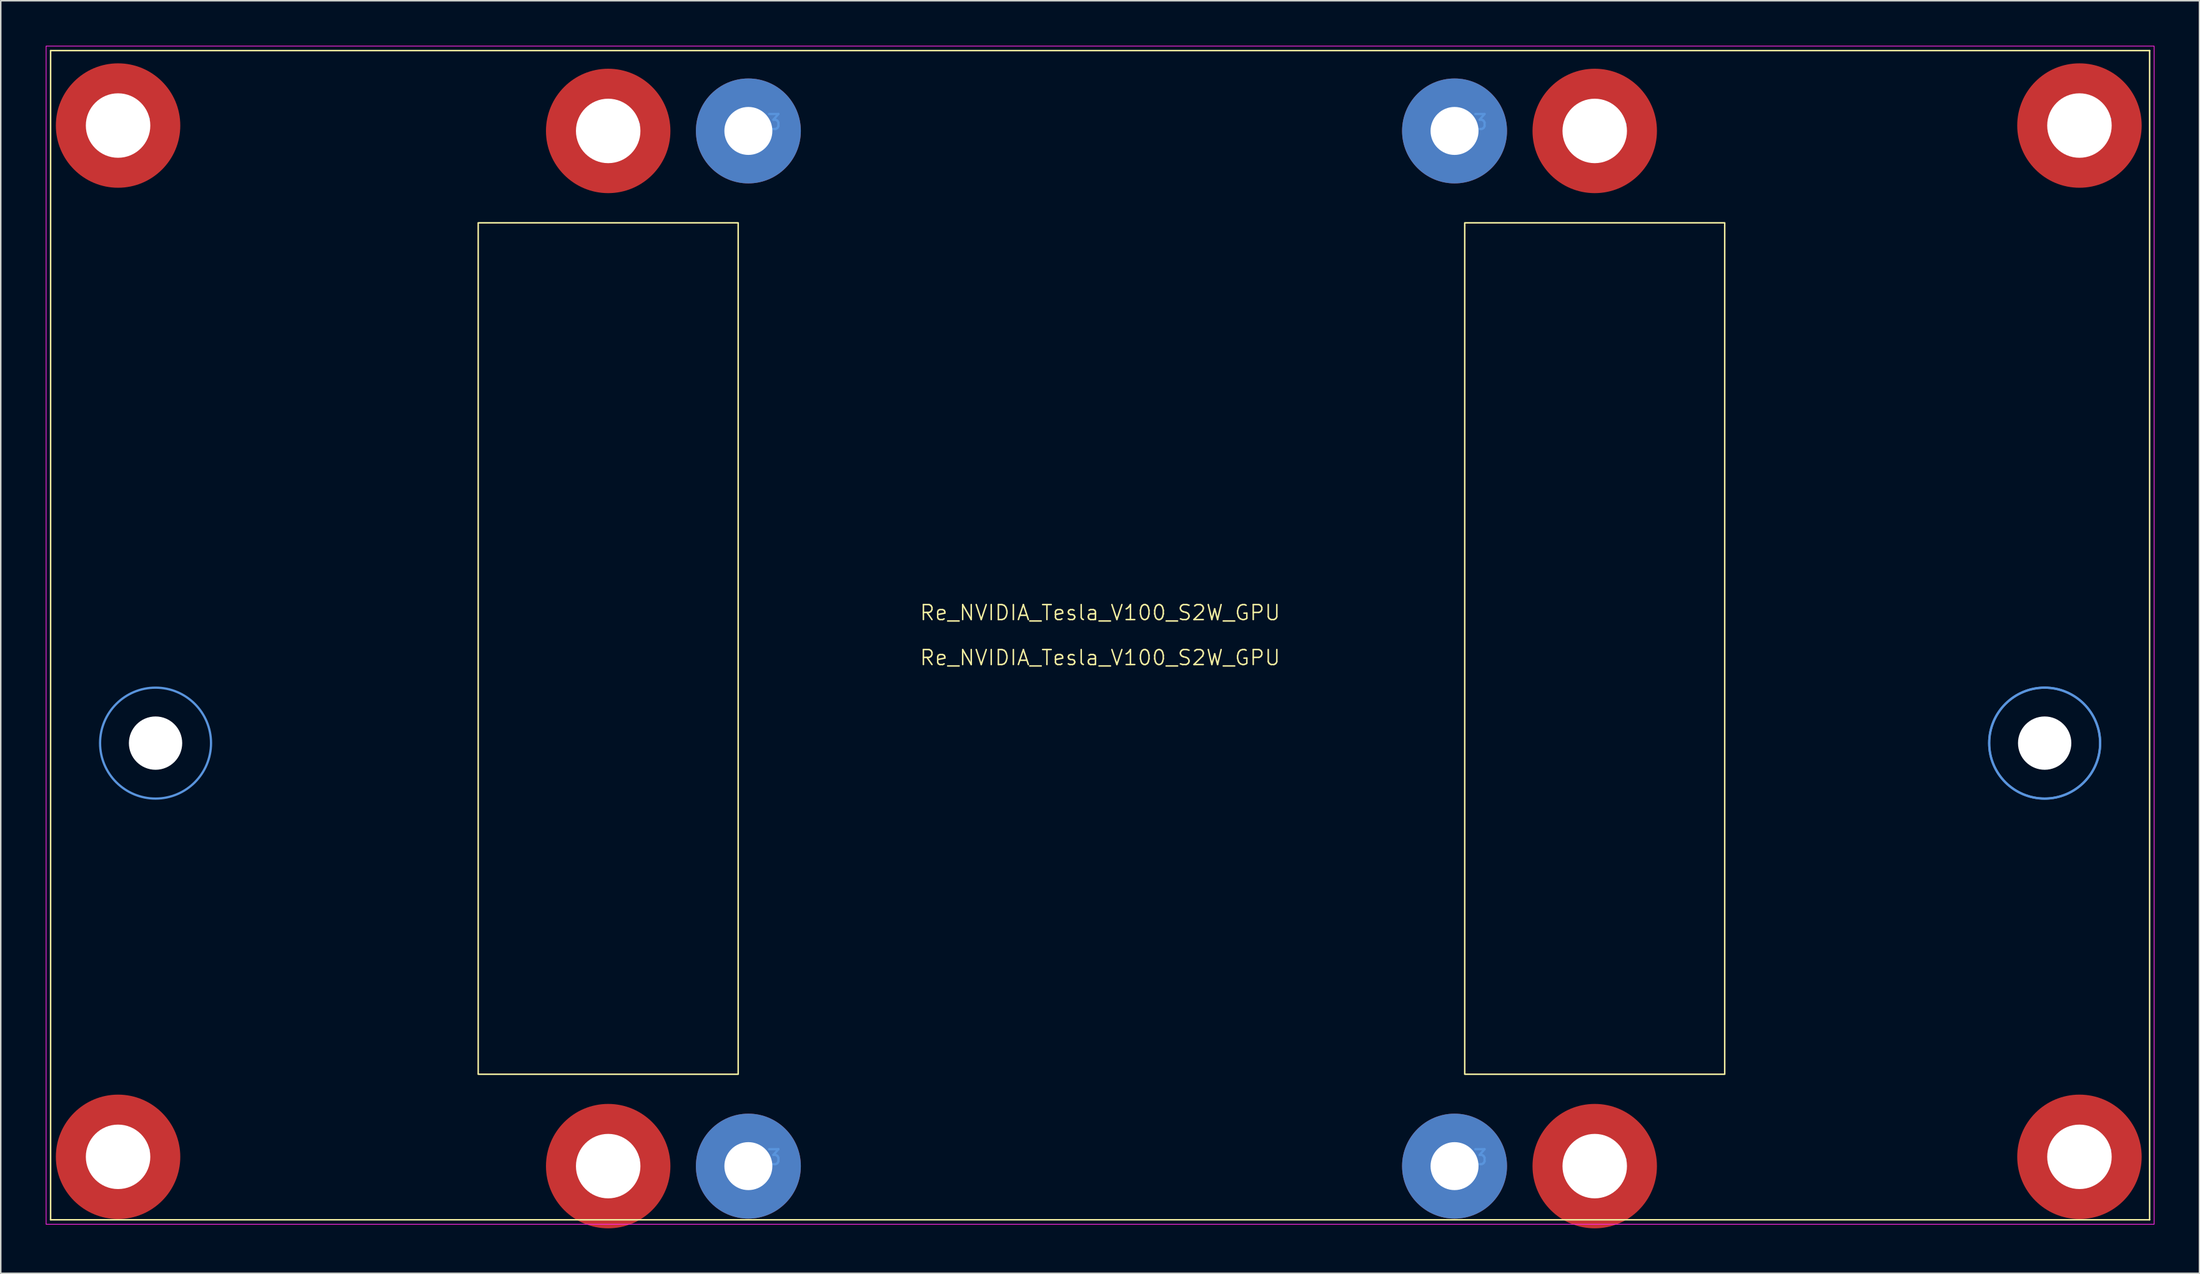
<source format=kicad_pcb>
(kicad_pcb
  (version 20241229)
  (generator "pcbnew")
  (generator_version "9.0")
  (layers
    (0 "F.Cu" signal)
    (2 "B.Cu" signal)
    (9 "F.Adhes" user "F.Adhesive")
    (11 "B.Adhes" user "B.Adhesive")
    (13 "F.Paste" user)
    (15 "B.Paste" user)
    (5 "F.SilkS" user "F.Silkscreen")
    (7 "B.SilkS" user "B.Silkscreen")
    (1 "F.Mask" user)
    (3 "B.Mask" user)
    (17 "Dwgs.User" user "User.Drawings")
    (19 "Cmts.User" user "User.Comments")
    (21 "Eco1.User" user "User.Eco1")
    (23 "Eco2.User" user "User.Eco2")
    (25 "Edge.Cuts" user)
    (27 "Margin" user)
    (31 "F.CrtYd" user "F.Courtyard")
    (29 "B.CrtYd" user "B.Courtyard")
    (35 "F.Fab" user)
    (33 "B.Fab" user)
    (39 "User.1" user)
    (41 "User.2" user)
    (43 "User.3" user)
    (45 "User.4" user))
  (footprint "Re_NVIDIA_Tesla_V100_S2W_GPU"
    (layer "F.Cu")
    (at 0.325 0.325)
    (property "Reference" "Re_NVIDIA_Tesla_V100_S2W_GPU" (at 70 37.5 0) (unlocked yes) (layer "F.SilkS") (effects (font (size 1 1) (thickness 0.1))))
    (attr board_only exclude_from_bom dnp)
    (fp_line (start 0 0) (end 0 78) (stroke (width 0.1) (type solid)) (layer "F.SilkS"))
    (fp_line (start 0 0) (end 140 0) (stroke (width 0.1) (type solid)) (layer "F.SilkS"))
    (fp_line (start 0 78) (end 140 78) (stroke (width 0.1) (type solid)) (layer "F.SilkS"))
    (fp_line (start 140 0) (end 140 78) (stroke (width 0.1) (type solid)) (layer "F.SilkS"))
    (fp_rect (start 28.52 11.49) (end 45.86 68.29) (stroke (width 0.1) (type solid)) (fill no) (layer "F.SilkS"))
    (fp_rect (start 94.32 11.49) (end 111.66 68.29) (stroke (width 0.1) (type solid)) (fill no) (layer "F.SilkS"))
    (fp_line (start 3.5 4) (end 5.5 6) (stroke (width 0.1) (type default)) (layer "Dwgs.User"))
    (fp_line (start 3.5 72.8) (end 5.5 74.8) (stroke (width 0.1) (type default)) (layer "Dwgs.User"))
    (fp_line (start 5.5 4) (end 3.5 6) (stroke (width 0.1) (type default)) (layer "Dwgs.User"))
    (fp_line (start 5.5 72.8) (end 3.5 74.8) (stroke (width 0.1) (type default)) (layer "Dwgs.User"))
    (fp_line (start 36.19 4.36) (end 38.19 6.36) (stroke (width 0.1) (type default)) (layer "Dwgs.User"))
    (fp_line (start 36.19 73.42) (end 38.19 75.42) (stroke (width 0.1) (type default)) (layer "Dwgs.User"))
    (fp_line (start 38.19 4.36) (end 36.19 6.36) (stroke (width 0.1) (type default)) (layer "Dwgs.User"))
    (fp_line (start 38.19 73.42) (end 36.19 75.42) (stroke (width 0.1) (type default)) (layer "Dwgs.User"))
    (fp_line (start 45.54 4.36) (end 47.54 6.36) (stroke (width 0.1) (type default)) (layer "Dwgs.User"))
    (fp_line (start 45.54 73.42) (end 47.54 75.42) (stroke (width 0.1) (type default)) (layer "Dwgs.User"))
    (fp_line (start 47.54 4.36) (end 45.54 6.36) (stroke (width 0.1) (type default)) (layer "Dwgs.User"))
    (fp_line (start 47.54 73.42) (end 45.54 75.42) (stroke (width 0.1) (type default)) (layer "Dwgs.User"))
    (fp_line (start 92.64 4.36) (end 94.64 6.36) (stroke (width 0.1) (type default)) (layer "Dwgs.User"))
    (fp_line (start 92.64 73.42) (end 94.64 75.42) (stroke (width 0.1) (type default)) (layer "Dwgs.User"))
    (fp_line (start 94.64 4.36) (end 92.64 6.36) (stroke (width 0.1) (type default)) (layer "Dwgs.User"))
    (fp_line (start 94.64 73.42) (end 92.64 75.42) (stroke (width 0.1) (type default)) (layer "Dwgs.User"))
    (fp_line (start 101.99 4.36) (end 103.99 6.36) (stroke (width 0.1) (type default)) (layer "Dwgs.User"))
    (fp_line (start 101.99 73.42) (end 103.99 75.42) (stroke (width 0.1) (type default)) (layer "Dwgs.User"))
    (fp_line (start 103.99 4.36) (end 101.99 6.36) (stroke (width 0.1) (type default)) (layer "Dwgs.User"))
    (fp_line (start 103.99 73.42) (end 101.99 75.42) (stroke (width 0.1) (type default)) (layer "Dwgs.User"))
    (fp_line (start 134.32 4) (end 136.32 6) (stroke (width 0.1) (type default)) (layer "Dwgs.User"))
    (fp_line (start 134.32 72.8) (end 136.32 74.8) (stroke (width 0.1) (type default)) (layer "Dwgs.User"))
    (fp_line (start 136.32 4) (end 134.32 6) (stroke (width 0.1) (type default)) (layer "Dwgs.User"))
    (fp_line (start 136.32 72.8) (end 134.32 74.8) (stroke (width 0.1) (type default)) (layer "Dwgs.User"))
    (fp_circle (center 7 46.2) (end 10.7 46.2) (stroke (width 0.15) (type solid)) (fill no) (layer "Cmts.User"))
    (fp_circle (center 133 46.2) (end 136.7 46.2) (stroke (width 0.15) (type solid)) (fill no) (layer "Cmts.User"))
    (fp_circle (center 133 46.2) (end 136.7 46.2) (stroke (width 0.15) (type solid)) (fill no) (layer "Cmts.User"))
    (fp_rect (start -0.3 -0.3) (end 140.3 78.3) (stroke (width 0.05) (type default)) (fill no) (layer "F.CrtYd"))
    (fp_text user "${REFERENCE}" (at 70 40.5 0) (unlocked yes) (layer "F.SilkS") (effects (font (size 1 1) (thickness 0.1))))
    (fp_text user "M4" (at 135.32 5 0) (unlocked yes) (layer "Cmts.User") (effects (font (size 1 1) (thickness 0.15)) (justify left bottom)))
    (fp_text user "M3" (at 93.64 74.42 0) (unlocked yes) (layer "Cmts.User") (effects (font (size 1 1) (thickness 0.15)) (justify left bottom)))
    (fp_text user "M3" (at 93.64 5.36 0) (unlocked yes) (layer "Cmts.User") (effects (font (size 1 1) (thickness 0.15)) (justify left bottom)))
    (fp_text user "M4" (at 37.19 74.42 0) (unlocked yes) (layer "Cmts.User") (effects (font (size 1 1) (thickness 0.15)) (justify left bottom)))
    (fp_text user "M4" (at 4.5 73.8 0) (unlocked yes) (layer "Cmts.User") (effects (font (size 1 1) (thickness 0.15)) (justify left bottom)))
    (fp_text user "M4" (at 37.19 5.36 0) (unlocked yes) (layer "Cmts.User") (effects (font (size 1 1) (thickness 0.15)) (justify left bottom)))
    (fp_text user "M4" (at 102.99 74.42 0) (unlocked yes) (layer "Cmts.User") (effects (font (size 1 1) (thickness 0.15)) (justify left bottom)))
    (fp_text user "M3" (at 46.54 5.36 0) (unlocked yes) (layer "Cmts.User") (effects (font (size 1 1) (thickness 0.15)) (justify left bottom)))
    (fp_text user "M4" (at 4.5 5 0) (unlocked yes) (layer "Cmts.User") (effects (font (size 1 1) (thickness 0.15)) (justify left bottom)))
    (fp_text user "M3" (at 46.54 74.42 0) (unlocked yes) (layer "Cmts.User") (effects (font (size 1 1) (thickness 0.15)) (justify left bottom)))
    (fp_text user "M4" (at 102.99 5.36 0) (unlocked yes) (layer "Cmts.User") (effects (font (size 1 1) (thickness 0.15)) (justify left bottom)))
    (fp_text user "M4" (at 135.32 73.8 0) (unlocked yes) (layer "Cmts.User") (effects (font (size 1 1) (thickness 0.15)) (justify left bottom)))
    (pad "" np_thru_hole circle (at 4.5 5) (size 8.3 8.3) (drill 4.3) (layers "F.Cu" "F.Mask"))
    (pad "" np_thru_hole circle (at 4.5 73.8) (size 8.3 8.3) (drill 4.3) (layers "F.Cu" "F.Mask"))
    (pad "" np_thru_hole circle (at 7 46.2) (size 3.556 3.556) (drill oval 10 5) (layers "*.Cu" "*.Mask"))
    (pad "" np_thru_hole circle (at 37.19 5.36) (size 8.3 8.3) (drill 4.3) (layers "F.Cu" "F.Mask"))
    (pad "" np_thru_hole circle (at 37.19 74.42) (size 8.3 8.3) (drill 4.3) (layers "F.Cu" "F.Mask"))
    (pad "" thru_hole circle (at 46.54 5.36) (size 7 7) (drill 3.2) (layers "*.Cu" "*.Mask") (remove_unused_layers yes) (keep_end_layers yes) (zone_layer_connections) (padstack (mode custom) (layer "B.Cu" (shape circle) (size 7 7))))
    (pad "" thru_hole circle (at 46.54 74.42) (size 7 7) (drill 3.2) (layers "*.Cu" "*.Mask") (remove_unused_layers yes) (keep_end_layers yes) (zone_layer_connections) (padstack (mode custom) (layer "B.Cu" (shape circle) (size 7 7))))
    (pad "" thru_hole circle (at 93.64 5.36) (size 7 7) (drill 3.2) (layers "*.Cu" "*.Mask") (remove_unused_layers yes) (keep_end_layers yes) (zone_layer_connections) (padstack (mode custom) (layer "B.Cu" (shape circle) (size 7 7))))
    (pad "" thru_hole circle (at 93.64 74.42) (size 7 7) (drill 3.2) (layers "*.Cu" "*.Mask") (remove_unused_layers yes) (keep_end_layers yes) (zone_layer_connections) (padstack (mode custom) (layer "B.Cu" (shape circle) (size 7 7))))
    (pad "" np_thru_hole circle (at 102.99 5.36) (size 8.3 8.3) (drill 4.3) (layers "F.Cu" "F.Mask"))
    (pad "" np_thru_hole circle (at 102.99 74.42) (size 8.3 8.3) (drill 4.3) (layers "F.Cu" "F.Mask"))
    (pad "" np_thru_hole circle (at 133 46.2) (size 3.556 3.556) (drill oval 10 5) (layers "*.Cu" "*.Mask"))
    (pad "" np_thru_hole circle (at 135.32 5) (size 8.3 8.3) (drill 4.3) (layers "F.Cu" "F.Mask"))
    (pad "" np_thru_hole circle (at 135.32 73.8) (size 8.3 8.3) (drill 4.3) (layers "F.Cu" "F.Mask")))
  (gr_rect
    (start -3 -3)
    (end 143.65 81.895)
    (stroke (width 0.1) (type default))
    (fill no)
    (layer "Edge.Cuts")))
</source>
